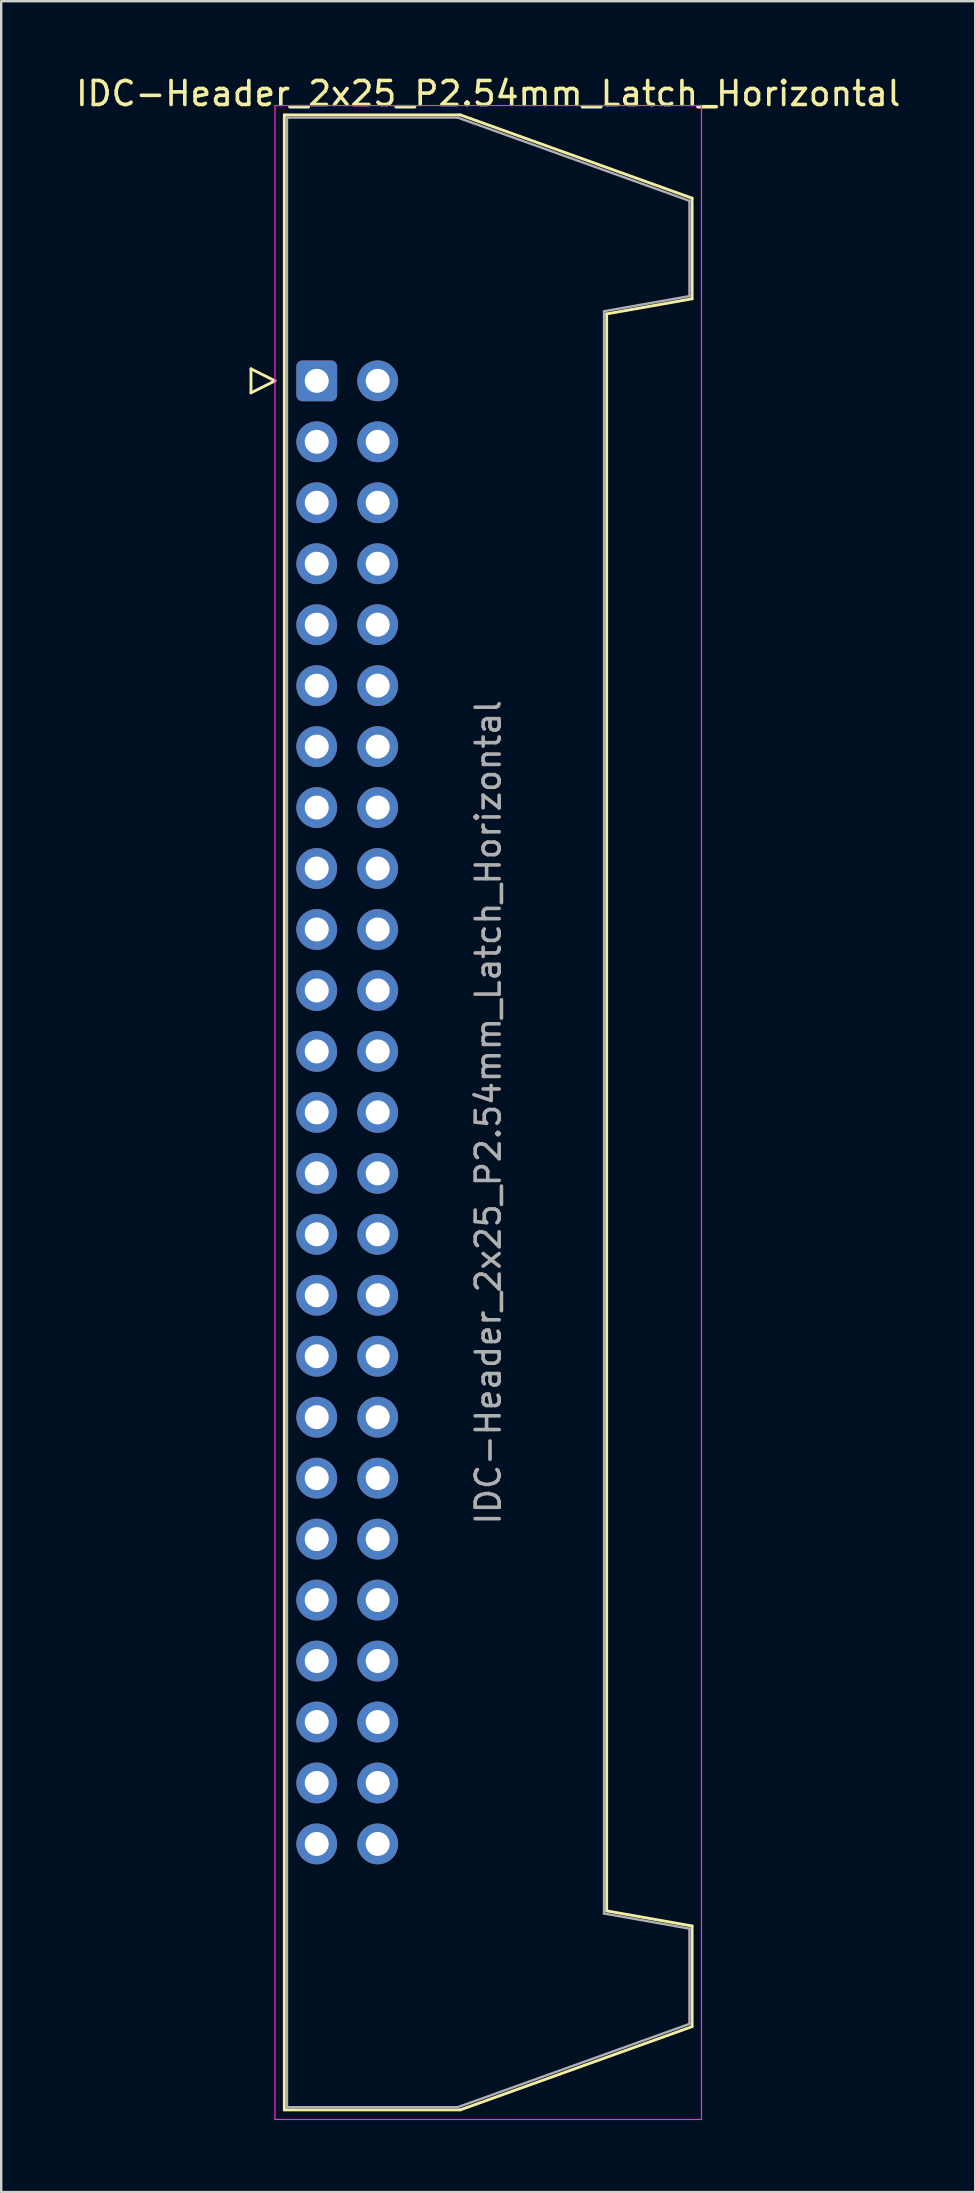
<source format=kicad_pcb>
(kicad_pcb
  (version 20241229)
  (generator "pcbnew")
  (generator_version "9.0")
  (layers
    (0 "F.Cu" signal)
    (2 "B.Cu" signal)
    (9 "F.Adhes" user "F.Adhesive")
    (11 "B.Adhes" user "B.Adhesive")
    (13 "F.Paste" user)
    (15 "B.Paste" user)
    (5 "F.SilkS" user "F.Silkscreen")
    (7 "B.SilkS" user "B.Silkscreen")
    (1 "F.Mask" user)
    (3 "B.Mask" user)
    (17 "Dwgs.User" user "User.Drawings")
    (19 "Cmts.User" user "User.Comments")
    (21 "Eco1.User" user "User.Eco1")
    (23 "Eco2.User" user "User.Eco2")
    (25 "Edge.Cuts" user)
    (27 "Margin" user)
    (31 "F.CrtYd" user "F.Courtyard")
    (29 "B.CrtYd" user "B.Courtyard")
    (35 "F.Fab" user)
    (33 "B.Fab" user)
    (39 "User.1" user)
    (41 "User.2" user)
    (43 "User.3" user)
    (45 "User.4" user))
  (footprint "IDC-Header_2x25_P2.54mm_Latch_Horizontal"
    (layer "F.Cu")
    (at 10.147 12.818)
    (property "Reference" "IDC-Header_2x25_P2.54mm_Latch_Horizontal" (at 7.145 -11.97 0) (layer "F.SilkS") (effects (font (size 1 1) (thickness 0.15))))
    (attr through_hole)
    (fp_line (start -2.74 -0.5) (end -2.74 0.5) (stroke (width 0.12) (type solid)) (layer "F.SilkS"))
    (fp_line (start -2.74 0.5) (end -1.74 0) (stroke (width 0.12) (type solid)) (layer "F.SilkS"))
    (fp_line (start -1.74 0) (end -2.74 -0.5) (stroke (width 0.12) (type solid)) (layer "F.SilkS"))
    (fp_line (start -1.35 -11.08) (end 5.98 -11.08) (stroke (width 0.12) (type solid)) (layer "F.SilkS"))
    (fp_line (start -1.35 72.04) (end -1.35 -11.08) (stroke (width 0.12) (type solid)) (layer "F.SilkS"))
    (fp_line (start 5.98 -11.08) (end 15.64 -7.61) (stroke (width 0.12) (type solid)) (layer "F.SilkS"))
    (fp_line (start 5.98 72.04) (end -1.35 72.04) (stroke (width 0.12) (type solid)) (layer "F.SilkS"))
    (fp_line (start 12.08 -2.79) (end 12.08 63.75) (stroke (width 0.12) (type solid)) (layer "F.SilkS"))
    (fp_line (start 12.08 63.75) (end 15.64 64.38) (stroke (width 0.12) (type solid)) (layer "F.SilkS"))
    (fp_line (start 15.64 -7.61) (end 15.64 -3.42) (stroke (width 0.12) (type solid)) (layer "F.SilkS"))
    (fp_line (start 15.64 -3.42) (end 12.08 -2.79) (stroke (width 0.12) (type solid)) (layer "F.SilkS"))
    (fp_line (start 15.64 64.38) (end 15.64 68.57) (stroke (width 0.12) (type solid)) (layer "F.SilkS"))
    (fp_line (start 15.64 68.57) (end 5.98 72.04) (stroke (width 0.12) (type solid)) (layer "F.SilkS"))
    (fp_line (start -1.74 -11.47) (end -1.74 72.44) (stroke (width 0.05) (type solid)) (layer "F.CrtYd"))
    (fp_line (start -1.74 72.44) (end 16.03 72.44) (stroke (width 0.05) (type solid)) (layer "F.CrtYd"))
    (fp_line (start 16.03 -11.47) (end -1.74 -11.47) (stroke (width 0.05) (type solid)) (layer "F.CrtYd"))
    (fp_line (start 16.03 72.44) (end 16.03 -11.47) (stroke (width 0.05) (type solid)) (layer "F.CrtYd"))
    (fp_line (start -1.24 -10.97) (end 5.87 -10.97) (stroke (width 0.1) (type solid)) (layer "F.Fab"))
    (fp_line (start -1.24 71.93) (end -1.24 -10.97) (stroke (width 0.1) (type solid)) (layer "F.Fab"))
    (fp_line (start 5.87 -10.97) (end 15.53 -7.5) (stroke (width 0.1) (type solid)) (layer "F.Fab"))
    (fp_line (start 5.87 71.93) (end -1.24 71.93) (stroke (width 0.1) (type solid)) (layer "F.Fab"))
    (fp_line (start 11.97 -2.9) (end 11.97 63.86) (stroke (width 0.1) (type solid)) (layer "F.Fab"))
    (fp_line (start 11.97 63.86) (end 15.53 64.49) (stroke (width 0.1) (type solid)) (layer "F.Fab"))
    (fp_line (start 15.53 -7.5) (end 15.53 -3.53) (stroke (width 0.1) (type solid)) (layer "F.Fab"))
    (fp_line (start 15.53 -3.53) (end 11.97 -2.9) (stroke (width 0.1) (type solid)) (layer "F.Fab"))
    (fp_line (start 15.53 64.49) (end 15.53 68.46) (stroke (width 0.1) (type solid)) (layer "F.Fab"))
    (fp_line (start 15.53 68.46) (end 5.87 71.93) (stroke (width 0.1) (type solid)) (layer "F.Fab"))
    (fp_text user "${REFERENCE}" (at 7.145 30.48 90) (layer "F.Fab") (effects (font (size 1 1) (thickness 0.15))))
    (pad "1" thru_hole roundrect (at 0 0) (size 1.7 1.7) (drill 1) (layers "*.Cu" "*.Mask") (roundrect_rratio 0.147))
    (pad "2" thru_hole circle (at 2.54 0) (size 1.7 1.7) (drill 1) (layers "*.Cu" "*.Mask"))
    (pad "3" thru_hole circle (at 0 2.54) (size 1.7 1.7) (drill 1) (layers "*.Cu" "*.Mask"))
    (pad "4" thru_hole circle (at 2.54 2.54) (size 1.7 1.7) (drill 1) (layers "*.Cu" "*.Mask"))
    (pad "5" thru_hole circle (at 0 5.08) (size 1.7 1.7) (drill 1) (layers "*.Cu" "*.Mask"))
    (pad "6" thru_hole circle (at 2.54 5.08) (size 1.7 1.7) (drill 1) (layers "*.Cu" "*.Mask"))
    (pad "7" thru_hole circle (at 0 7.62) (size 1.7 1.7) (drill 1) (layers "*.Cu" "*.Mask"))
    (pad "8" thru_hole circle (at 2.54 7.62) (size 1.7 1.7) (drill 1) (layers "*.Cu" "*.Mask"))
    (pad "9" thru_hole circle (at 0 10.16) (size 1.7 1.7) (drill 1) (layers "*.Cu" "*.Mask"))
    (pad "10" thru_hole circle (at 2.54 10.16) (size 1.7 1.7) (drill 1) (layers "*.Cu" "*.Mask"))
    (pad "11" thru_hole circle (at 0 12.7) (size 1.7 1.7) (drill 1) (layers "*.Cu" "*.Mask"))
    (pad "12" thru_hole circle (at 2.54 12.7) (size 1.7 1.7) (drill 1) (layers "*.Cu" "*.Mask"))
    (pad "13" thru_hole circle (at 0 15.24) (size 1.7 1.7) (drill 1) (layers "*.Cu" "*.Mask"))
    (pad "14" thru_hole circle (at 2.54 15.24) (size 1.7 1.7) (drill 1) (layers "*.Cu" "*.Mask"))
    (pad "15" thru_hole circle (at 0 17.78) (size 1.7 1.7) (drill 1) (layers "*.Cu" "*.Mask"))
    (pad "16" thru_hole circle (at 2.54 17.78) (size 1.7 1.7) (drill 1) (layers "*.Cu" "*.Mask"))
    (pad "17" thru_hole circle (at 0 20.32) (size 1.7 1.7) (drill 1) (layers "*.Cu" "*.Mask"))
    (pad "18" thru_hole circle (at 2.54 20.32) (size 1.7 1.7) (drill 1) (layers "*.Cu" "*.Mask"))
    (pad "19" thru_hole circle (at 0 22.86) (size 1.7 1.7) (drill 1) (layers "*.Cu" "*.Mask"))
    (pad "20" thru_hole circle (at 2.54 22.86) (size 1.7 1.7) (drill 1) (layers "*.Cu" "*.Mask"))
    (pad "21" thru_hole circle (at 0 25.4) (size 1.7 1.7) (drill 1) (layers "*.Cu" "*.Mask"))
    (pad "22" thru_hole circle (at 2.54 25.4) (size 1.7 1.7) (drill 1) (layers "*.Cu" "*.Mask"))
    (pad "23" thru_hole circle (at 0 27.94) (size 1.7 1.7) (drill 1) (layers "*.Cu" "*.Mask"))
    (pad "24" thru_hole circle (at 2.54 27.94) (size 1.7 1.7) (drill 1) (layers "*.Cu" "*.Mask"))
    (pad "25" thru_hole circle (at 0 30.48) (size 1.7 1.7) (drill 1) (layers "*.Cu" "*.Mask"))
    (pad "26" thru_hole circle (at 2.54 30.48) (size 1.7 1.7) (drill 1) (layers "*.Cu" "*.Mask"))
    (pad "27" thru_hole circle (at 0 33.02) (size 1.7 1.7) (drill 1) (layers "*.Cu" "*.Mask"))
    (pad "28" thru_hole circle (at 2.54 33.02) (size 1.7 1.7) (drill 1) (layers "*.Cu" "*.Mask"))
    (pad "29" thru_hole circle (at 0 35.56) (size 1.7 1.7) (drill 1) (layers "*.Cu" "*.Mask"))
    (pad "30" thru_hole circle (at 2.54 35.56) (size 1.7 1.7) (drill 1) (layers "*.Cu" "*.Mask"))
    (pad "31" thru_hole circle (at 0 38.1) (size 1.7 1.7) (drill 1) (layers "*.Cu" "*.Mask"))
    (pad "32" thru_hole circle (at 2.54 38.1) (size 1.7 1.7) (drill 1) (layers "*.Cu" "*.Mask"))
    (pad "33" thru_hole circle (at 0 40.64) (size 1.7 1.7) (drill 1) (layers "*.Cu" "*.Mask"))
    (pad "34" thru_hole circle (at 2.54 40.64) (size 1.7 1.7) (drill 1) (layers "*.Cu" "*.Mask"))
    (pad "35" thru_hole circle (at 0 43.18) (size 1.7 1.7) (drill 1) (layers "*.Cu" "*.Mask"))
    (pad "36" thru_hole circle (at 2.54 43.18) (size 1.7 1.7) (drill 1) (layers "*.Cu" "*.Mask"))
    (pad "37" thru_hole circle (at 0 45.72) (size 1.7 1.7) (drill 1) (layers "*.Cu" "*.Mask"))
    (pad "38" thru_hole circle (at 2.54 45.72) (size 1.7 1.7) (drill 1) (layers "*.Cu" "*.Mask"))
    (pad "39" thru_hole circle (at 0 48.26) (size 1.7 1.7) (drill 1) (layers "*.Cu" "*.Mask"))
    (pad "40" thru_hole circle (at 2.54 48.26) (size 1.7 1.7) (drill 1) (layers "*.Cu" "*.Mask"))
    (pad "41" thru_hole circle (at 0 50.8) (size 1.7 1.7) (drill 1) (layers "*.Cu" "*.Mask"))
    (pad "42" thru_hole circle (at 2.54 50.8) (size 1.7 1.7) (drill 1) (layers "*.Cu" "*.Mask"))
    (pad "43" thru_hole circle (at 0 53.34) (size 1.7 1.7) (drill 1) (layers "*.Cu" "*.Mask"))
    (pad "44" thru_hole circle (at 2.54 53.34) (size 1.7 1.7) (drill 1) (layers "*.Cu" "*.Mask"))
    (pad "45" thru_hole circle (at 0 55.88) (size 1.7 1.7) (drill 1) (layers "*.Cu" "*.Mask"))
    (pad "46" thru_hole circle (at 2.54 55.88) (size 1.7 1.7) (drill 1) (layers "*.Cu" "*.Mask"))
    (pad "47" thru_hole circle (at 0 58.42) (size 1.7 1.7) (drill 1) (layers "*.Cu" "*.Mask"))
    (pad "48" thru_hole circle (at 2.54 58.42) (size 1.7 1.7) (drill 1) (layers "*.Cu" "*.Mask"))
    (pad "49" thru_hole circle (at 0 60.96) (size 1.7 1.7) (drill 1) (layers "*.Cu" "*.Mask"))
    (pad "50" thru_hole circle (at 2.54 60.96) (size 1.7 1.7) (drill 1) (layers "*.Cu" "*.Mask")))
  (gr_rect
    (start -3 -3)
    (end 37.583 88.283)
    (stroke (width 0.1) (type default))
    (fill no)
    (layer "Edge.Cuts")))
</source>
